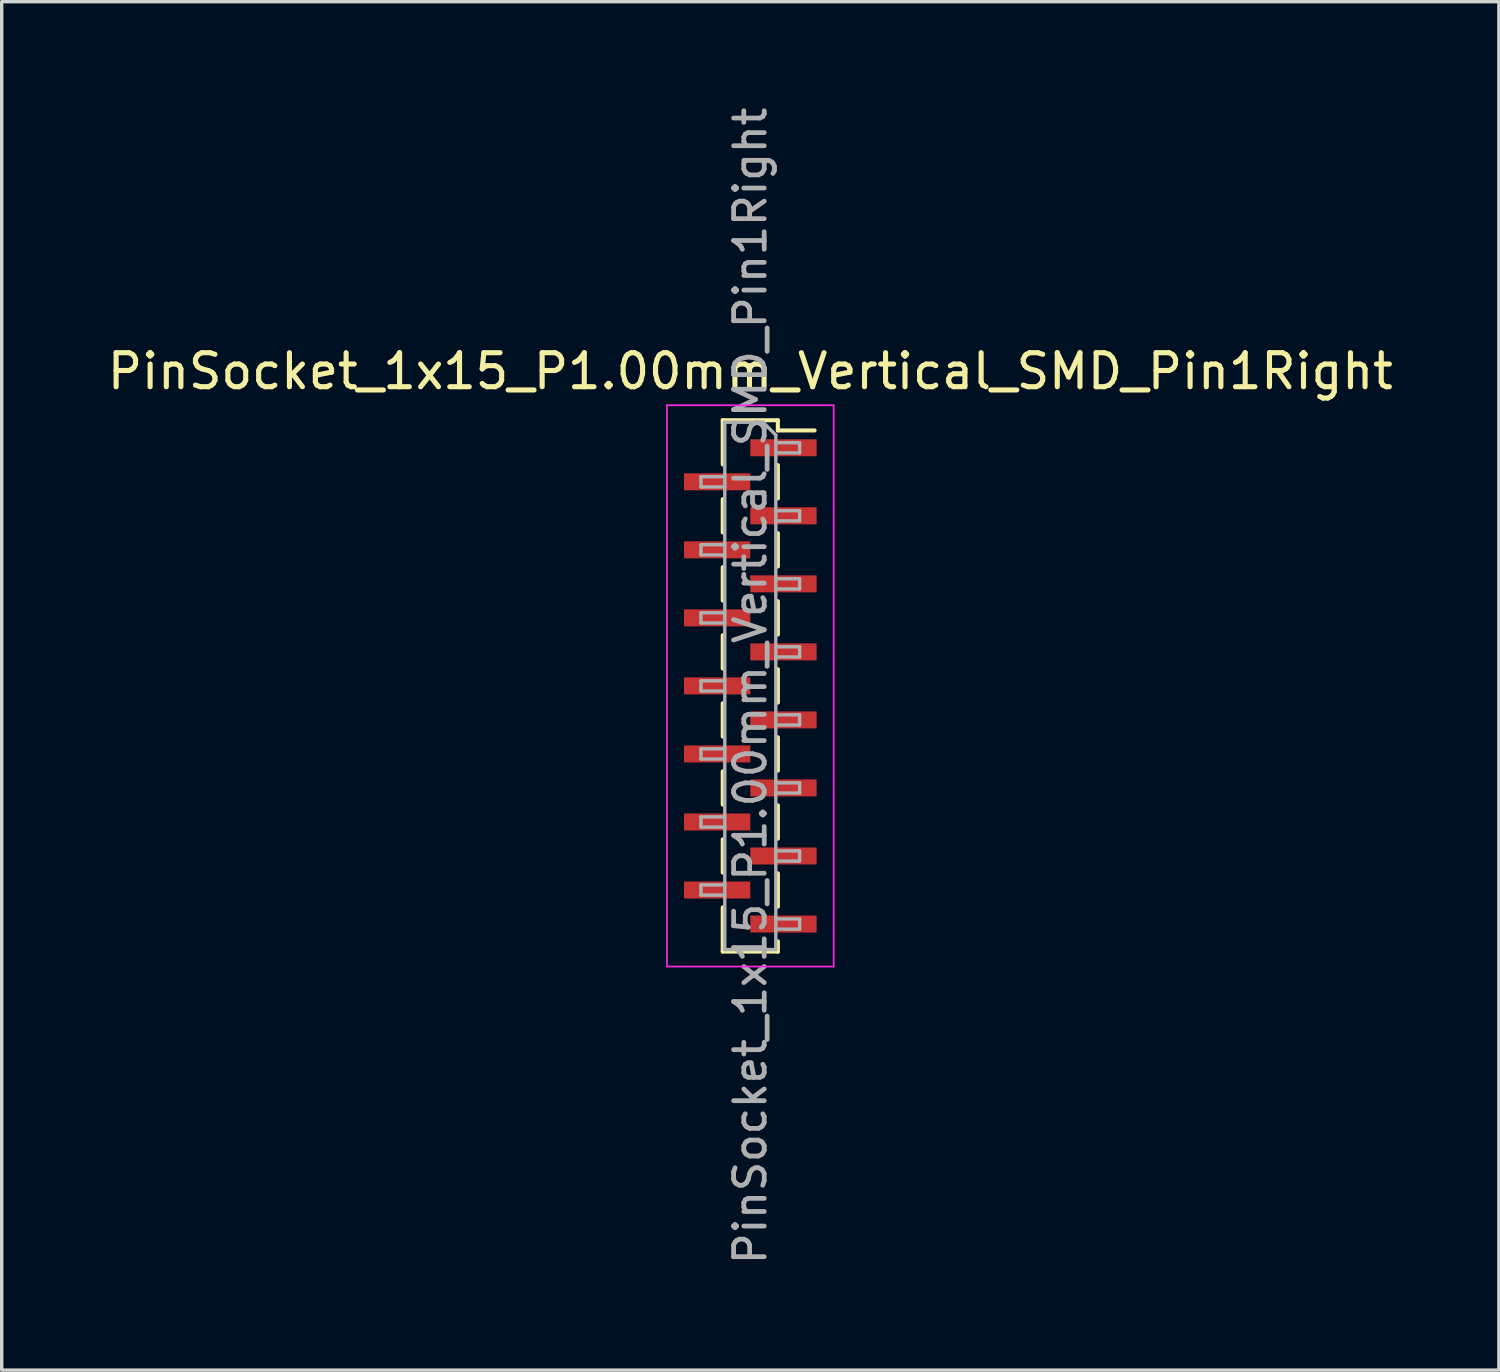
<source format=kicad_pcb>
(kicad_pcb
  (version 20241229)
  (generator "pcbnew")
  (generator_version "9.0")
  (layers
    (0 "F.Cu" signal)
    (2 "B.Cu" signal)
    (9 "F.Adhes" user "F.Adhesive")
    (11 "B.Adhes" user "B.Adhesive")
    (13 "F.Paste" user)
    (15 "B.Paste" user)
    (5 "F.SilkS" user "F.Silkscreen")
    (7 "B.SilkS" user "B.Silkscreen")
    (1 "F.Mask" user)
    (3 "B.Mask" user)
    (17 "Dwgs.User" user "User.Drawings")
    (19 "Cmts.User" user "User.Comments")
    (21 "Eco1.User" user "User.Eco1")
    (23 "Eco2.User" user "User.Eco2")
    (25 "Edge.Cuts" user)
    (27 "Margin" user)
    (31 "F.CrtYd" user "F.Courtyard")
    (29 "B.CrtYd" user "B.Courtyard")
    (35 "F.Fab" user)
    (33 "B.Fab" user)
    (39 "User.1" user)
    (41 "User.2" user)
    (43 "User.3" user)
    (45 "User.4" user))
  (footprint "PinSocket_1x15_P1.00mm_Vertical_SMD_Pin1Right"
    (layer "F.Cu")
    (at 19.006 17.113)
    (property "Reference" "PinSocket_1x15_P1.00mm_Vertical_SMD_Pin1Right" (at 0 -9.25 0) (layer "F.SilkS") (effects (font (size 1 1) (thickness 0.15))))
    (attr smd)
    (fp_line (start -0.81 -7.81) (end -0.81 -6.51) (stroke (width 0.12) (type solid)) (layer "F.SilkS"))
    (fp_line (start -0.81 -7.81) (end 0.81 -7.81) (stroke (width 0.12) (type solid)) (layer "F.SilkS"))
    (fp_line (start -0.81 -5.49) (end -0.81 -4.51) (stroke (width 0.12) (type solid)) (layer "F.SilkS"))
    (fp_line (start -0.81 -3.49) (end -0.81 -2.51) (stroke (width 0.12) (type solid)) (layer "F.SilkS"))
    (fp_line (start -0.81 -1.49) (end -0.81 -0.51) (stroke (width 0.12) (type solid)) (layer "F.SilkS"))
    (fp_line (start -0.81 0.51) (end -0.81 1.49) (stroke (width 0.12) (type solid)) (layer "F.SilkS"))
    (fp_line (start -0.81 2.51) (end -0.81 3.49) (stroke (width 0.12) (type solid)) (layer "F.SilkS"))
    (fp_line (start -0.81 4.51) (end -0.81 5.49) (stroke (width 0.12) (type solid)) (layer "F.SilkS"))
    (fp_line (start -0.81 6.51) (end -0.81 7.81) (stroke (width 0.12) (type solid)) (layer "F.SilkS"))
    (fp_line (start -0.81 7.81) (end 0.81 7.81) (stroke (width 0.12) (type solid)) (layer "F.SilkS"))
    (fp_line (start 0.81 -7.81) (end 0.81 -7.51) (stroke (width 0.12) (type solid)) (layer "F.SilkS"))
    (fp_line (start 0.81 -7.51) (end 1.89 -7.51) (stroke (width 0.12) (type solid)) (layer "F.SilkS"))
    (fp_line (start 0.81 -6.49) (end 0.81 -5.51) (stroke (width 0.12) (type solid)) (layer "F.SilkS"))
    (fp_line (start 0.81 -4.49) (end 0.81 -3.51) (stroke (width 0.12) (type solid)) (layer "F.SilkS"))
    (fp_line (start 0.81 -2.49) (end 0.81 -1.51) (stroke (width 0.12) (type solid)) (layer "F.SilkS"))
    (fp_line (start 0.81 -0.49) (end 0.81 0.49) (stroke (width 0.12) (type solid)) (layer "F.SilkS"))
    (fp_line (start 0.81 1.51) (end 0.81 2.49) (stroke (width 0.12) (type solid)) (layer "F.SilkS"))
    (fp_line (start 0.81 3.51) (end 0.81 4.49) (stroke (width 0.12) (type solid)) (layer "F.SilkS"))
    (fp_line (start 0.81 5.51) (end 0.81 6.49) (stroke (width 0.12) (type solid)) (layer "F.SilkS"))
    (fp_line (start 0.81 7.51) (end 0.81 7.81) (stroke (width 0.12) (type solid)) (layer "F.SilkS"))
    (fp_line (start -2.45 -8.25) (end 2.45 -8.25) (stroke (width 0.05) (type solid)) (layer "F.CrtYd"))
    (fp_line (start -2.45 8.25) (end -2.45 -8.25) (stroke (width 0.05) (type solid)) (layer "F.CrtYd"))
    (fp_line (start 2.45 -8.25) (end 2.45 8.25) (stroke (width 0.05) (type solid)) (layer "F.CrtYd"))
    (fp_line (start 2.45 8.25) (end -2.45 8.25) (stroke (width 0.05) (type solid)) (layer "F.CrtYd"))
    (fp_line (start -1.45 -6.15) (end -0.75 -6.15) (stroke (width 0.1) (type solid)) (layer "F.Fab"))
    (fp_line (start -1.45 -5.85) (end -1.45 -6.15) (stroke (width 0.1) (type solid)) (layer "F.Fab"))
    (fp_line (start -1.45 -4.15) (end -0.75 -4.15) (stroke (width 0.1) (type solid)) (layer "F.Fab"))
    (fp_line (start -1.45 -3.85) (end -1.45 -4.15) (stroke (width 0.1) (type solid)) (layer "F.Fab"))
    (fp_line (start -1.45 -2.15) (end -0.75 -2.15) (stroke (width 0.1) (type solid)) (layer "F.Fab"))
    (fp_line (start -1.45 -1.85) (end -1.45 -2.15) (stroke (width 0.1) (type solid)) (layer "F.Fab"))
    (fp_line (start -1.45 -0.15) (end -0.75 -0.15) (stroke (width 0.1) (type solid)) (layer "F.Fab"))
    (fp_line (start -1.45 0.15) (end -1.45 -0.15) (stroke (width 0.1) (type solid)) (layer "F.Fab"))
    (fp_line (start -1.45 1.85) (end -0.75 1.85) (stroke (width 0.1) (type solid)) (layer "F.Fab"))
    (fp_line (start -1.45 2.15) (end -1.45 1.85) (stroke (width 0.1) (type solid)) (layer "F.Fab"))
    (fp_line (start -1.45 3.85) (end -0.75 3.85) (stroke (width 0.1) (type solid)) (layer "F.Fab"))
    (fp_line (start -1.45 4.15) (end -1.45 3.85) (stroke (width 0.1) (type solid)) (layer "F.Fab"))
    (fp_line (start -1.45 5.85) (end -0.75 5.85) (stroke (width 0.1) (type solid)) (layer "F.Fab"))
    (fp_line (start -1.45 6.15) (end -1.45 5.85) (stroke (width 0.1) (type solid)) (layer "F.Fab"))
    (fp_line (start -0.75 -7.75) (end 0.375 -7.75) (stroke (width 0.1) (type solid)) (layer "F.Fab"))
    (fp_line (start -0.75 -5.85) (end -1.45 -5.85) (stroke (width 0.1) (type solid)) (layer "F.Fab"))
    (fp_line (start -0.75 -3.85) (end -1.45 -3.85) (stroke (width 0.1) (type solid)) (layer "F.Fab"))
    (fp_line (start -0.75 -1.85) (end -1.45 -1.85) (stroke (width 0.1) (type solid)) (layer "F.Fab"))
    (fp_line (start -0.75 0.15) (end -1.45 0.15) (stroke (width 0.1) (type solid)) (layer "F.Fab"))
    (fp_line (start -0.75 2.15) (end -1.45 2.15) (stroke (width 0.1) (type solid)) (layer "F.Fab"))
    (fp_line (start -0.75 4.15) (end -1.45 4.15) (stroke (width 0.1) (type solid)) (layer "F.Fab"))
    (fp_line (start -0.75 6.15) (end -1.45 6.15) (stroke (width 0.1) (type solid)) (layer "F.Fab"))
    (fp_line (start -0.75 7.75) (end -0.75 -7.75) (stroke (width 0.1) (type solid)) (layer "F.Fab"))
    (fp_line (start 0.375 -7.75) (end 0.75 -7.375) (stroke (width 0.1) (type solid)) (layer "F.Fab"))
    (fp_line (start 0.75 -7.375) (end 0.75 7.75) (stroke (width 0.1) (type solid)) (layer "F.Fab"))
    (fp_line (start 0.75 -7.15) (end 1.45 -7.15) (stroke (width 0.1) (type solid)) (layer "F.Fab"))
    (fp_line (start 0.75 -5.15) (end 1.45 -5.15) (stroke (width 0.1) (type solid)) (layer "F.Fab"))
    (fp_line (start 0.75 -3.15) (end 1.45 -3.15) (stroke (width 0.1) (type solid)) (layer "F.Fab"))
    (fp_line (start 0.75 -1.15) (end 1.45 -1.15) (stroke (width 0.1) (type solid)) (layer "F.Fab"))
    (fp_line (start 0.75 0.85) (end 1.45 0.85) (stroke (width 0.1) (type solid)) (layer "F.Fab"))
    (fp_line (start 0.75 2.85) (end 1.45 2.85) (stroke (width 0.1) (type solid)) (layer "F.Fab"))
    (fp_line (start 0.75 4.85) (end 1.45 4.85) (stroke (width 0.1) (type solid)) (layer "F.Fab"))
    (fp_line (start 0.75 6.85) (end 1.45 6.85) (stroke (width 0.1) (type solid)) (layer "F.Fab"))
    (fp_line (start 0.75 7.75) (end -0.75 7.75) (stroke (width 0.1) (type solid)) (layer "F.Fab"))
    (fp_line (start 1.45 -7.15) (end 1.45 -6.85) (stroke (width 0.1) (type solid)) (layer "F.Fab"))
    (fp_line (start 1.45 -6.85) (end 0.75 -6.85) (stroke (width 0.1) (type solid)) (layer "F.Fab"))
    (fp_line (start 1.45 -5.15) (end 1.45 -4.85) (stroke (width 0.1) (type solid)) (layer "F.Fab"))
    (fp_line (start 1.45 -4.85) (end 0.75 -4.85) (stroke (width 0.1) (type solid)) (layer "F.Fab"))
    (fp_line (start 1.45 -3.15) (end 1.45 -2.85) (stroke (width 0.1) (type solid)) (layer "F.Fab"))
    (fp_line (start 1.45 -2.85) (end 0.75 -2.85) (stroke (width 0.1) (type solid)) (layer "F.Fab"))
    (fp_line (start 1.45 -1.15) (end 1.45 -0.85) (stroke (width 0.1) (type solid)) (layer "F.Fab"))
    (fp_line (start 1.45 -0.85) (end 0.75 -0.85) (stroke (width 0.1) (type solid)) (layer "F.Fab"))
    (fp_line (start 1.45 0.85) (end 1.45 1.15) (stroke (width 0.1) (type solid)) (layer "F.Fab"))
    (fp_line (start 1.45 1.15) (end 0.75 1.15) (stroke (width 0.1) (type solid)) (layer "F.Fab"))
    (fp_line (start 1.45 2.85) (end 1.45 3.15) (stroke (width 0.1) (type solid)) (layer "F.Fab"))
    (fp_line (start 1.45 3.15) (end 0.75 3.15) (stroke (width 0.1) (type solid)) (layer "F.Fab"))
    (fp_line (start 1.45 4.85) (end 1.45 5.15) (stroke (width 0.1) (type solid)) (layer "F.Fab"))
    (fp_line (start 1.45 5.15) (end 0.75 5.15) (stroke (width 0.1) (type solid)) (layer "F.Fab"))
    (fp_line (start 1.45 6.85) (end 1.45 7.15) (stroke (width 0.1) (type solid)) (layer "F.Fab"))
    (fp_line (start 1.45 7.15) (end 0.75 7.15) (stroke (width 0.1) (type solid)) (layer "F.Fab"))
    (fp_text user "${REFERENCE}" (at 0 0 90) (layer "F.Fab") (effects (font (size 0.9 0.9) (thickness 0.14))))
    (pad "1" smd rect (at 0.975 -7) (size 1.95 0.5) (layers "F.Cu" "F.Mask" "F.Paste"))
    (pad "2" smd rect (at -0.975 -6) (size 1.95 0.5) (layers "F.Cu" "F.Mask" "F.Paste"))
    (pad "3" smd rect (at 0.975 -5) (size 1.95 0.5) (layers "F.Cu" "F.Mask" "F.Paste"))
    (pad "4" smd rect (at -0.975 -4) (size 1.95 0.5) (layers "F.Cu" "F.Mask" "F.Paste"))
    (pad "5" smd rect (at 0.975 -3) (size 1.95 0.5) (layers "F.Cu" "F.Mask" "F.Paste"))
    (pad "6" smd rect (at -0.975 -2) (size 1.95 0.5) (layers "F.Cu" "F.Mask" "F.Paste"))
    (pad "7" smd rect (at 0.975 -1) (size 1.95 0.5) (layers "F.Cu" "F.Mask" "F.Paste"))
    (pad "8" smd rect (at -0.975 0) (size 1.95 0.5) (layers "F.Cu" "F.Mask" "F.Paste"))
    (pad "9" smd rect (at 0.975 1) (size 1.95 0.5) (layers "F.Cu" "F.Mask" "F.Paste"))
    (pad "10" smd rect (at -0.975 2) (size 1.95 0.5) (layers "F.Cu" "F.Mask" "F.Paste"))
    (pad "11" smd rect (at 0.975 3) (size 1.95 0.5) (layers "F.Cu" "F.Mask" "F.Paste"))
    (pad "12" smd rect (at -0.975 4) (size 1.95 0.5) (layers "F.Cu" "F.Mask" "F.Paste"))
    (pad "13" smd rect (at 0.975 5) (size 1.95 0.5) (layers "F.Cu" "F.Mask" "F.Paste"))
    (pad "14" smd rect (at -0.975 6) (size 1.95 0.5) (layers "F.Cu" "F.Mask" "F.Paste"))
    (pad "15" smd rect (at 0.975 7) (size 1.95 0.5) (layers "F.Cu" "F.Mask" "F.Paste")))
  (gr_rect
    (start -3 -3)
    (end 41.012 37.226)
    (stroke (width 0.1) (type default))
    (fill no)
    (layer "Edge.Cuts")))
</source>
